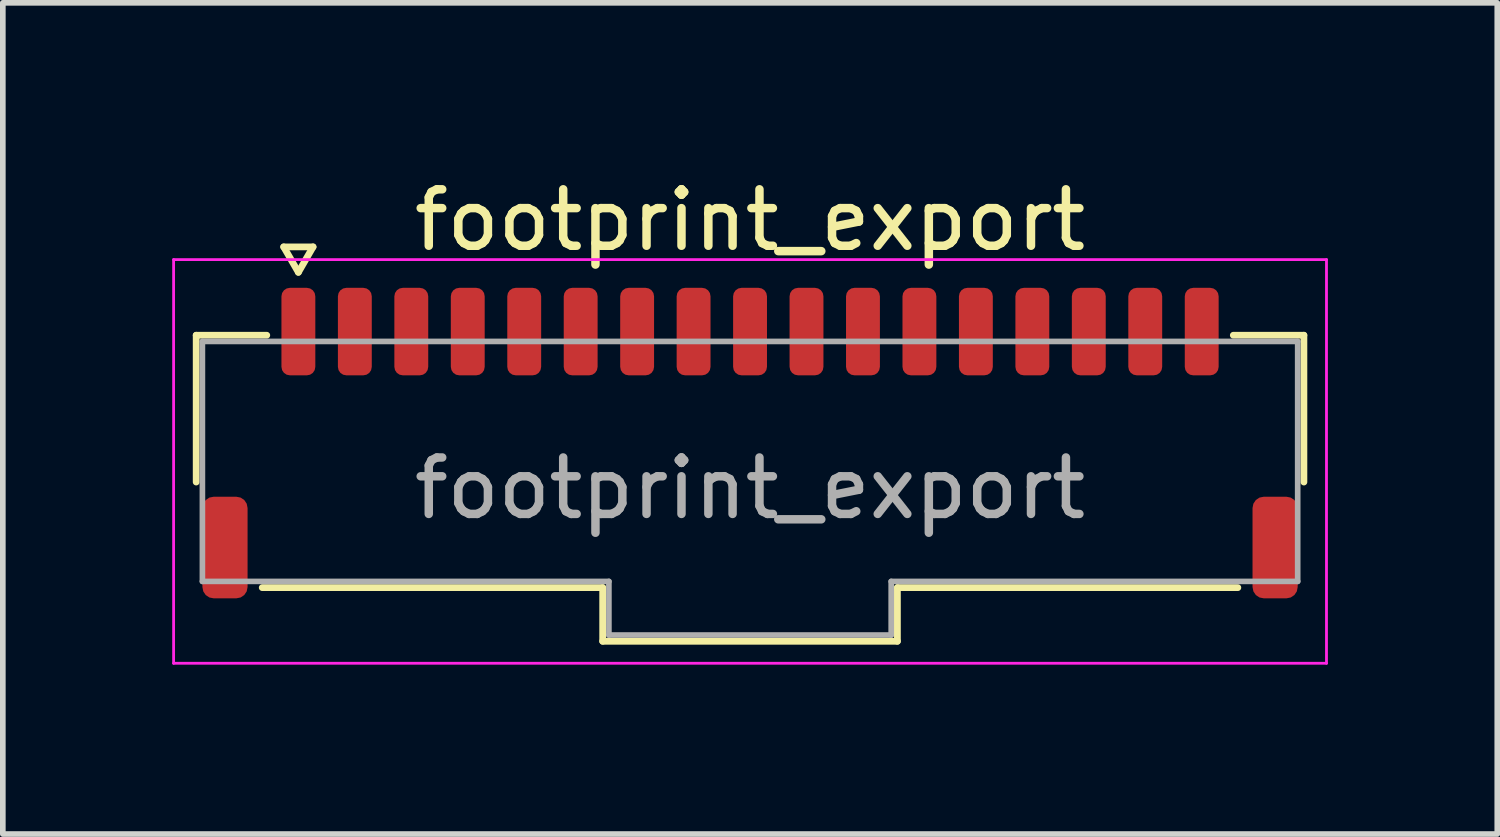
<source format=kicad_pcb>
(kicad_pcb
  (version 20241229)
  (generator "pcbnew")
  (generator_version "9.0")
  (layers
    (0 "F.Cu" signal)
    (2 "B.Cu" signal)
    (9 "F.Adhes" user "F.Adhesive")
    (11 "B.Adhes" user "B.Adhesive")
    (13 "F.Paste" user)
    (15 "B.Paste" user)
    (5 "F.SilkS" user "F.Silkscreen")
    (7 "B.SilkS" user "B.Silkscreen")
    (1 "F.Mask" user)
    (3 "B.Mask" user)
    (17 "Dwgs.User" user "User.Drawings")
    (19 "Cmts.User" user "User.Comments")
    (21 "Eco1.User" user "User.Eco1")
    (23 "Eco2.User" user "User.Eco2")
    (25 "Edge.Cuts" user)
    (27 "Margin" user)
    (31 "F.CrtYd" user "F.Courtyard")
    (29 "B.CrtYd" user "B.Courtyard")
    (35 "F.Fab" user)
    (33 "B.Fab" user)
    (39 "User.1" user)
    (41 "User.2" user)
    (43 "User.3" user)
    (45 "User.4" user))
  (footprint "footprint_export"
    (layer "F.Cu")
    (at 10.235 5.598)
    (property "Reference" "footprint_export" (at 0 -4.75 0) (layer "F.SilkS") (effects (font (size 1 1) (thickness 0.15))))
    (attr smd)
    (fp_line (start -9.81 -2.71) (end -8.56 -2.71) (stroke (width 0.12) (type solid)) (layer "F.SilkS"))
    (fp_line (start -9.81 -0.11) (end -9.81 -2.71) (stroke (width 0.12) (type solid)) (layer "F.SilkS"))
    (fp_line (start -8.26 -4.275) (end -8 -3.825) (stroke (width 0.12) (type solid)) (layer "F.SilkS"))
    (fp_line (start -8 -3.825) (end -7.74 -4.275) (stroke (width 0.12) (type solid)) (layer "F.SilkS"))
    (fp_line (start -7.74 -4.275) (end -8.26 -4.275) (stroke (width 0.12) (type solid)) (layer "F.SilkS"))
    (fp_line (start -2.61 1.76) (end -8.64 1.76) (stroke (width 0.12) (type solid)) (layer "F.SilkS"))
    (fp_line (start -2.61 2.71) (end -2.61 1.76) (stroke (width 0.12) (type solid)) (layer "F.SilkS"))
    (fp_line (start 2.61 1.76) (end 2.61 2.71) (stroke (width 0.12) (type solid)) (layer "F.SilkS"))
    (fp_line (start 2.61 2.71) (end -2.61 2.71) (stroke (width 0.12) (type solid)) (layer "F.SilkS"))
    (fp_line (start 8.56 -2.71) (end 9.81 -2.71) (stroke (width 0.12) (type solid)) (layer "F.SilkS"))
    (fp_line (start 8.64 1.76) (end 2.61 1.76) (stroke (width 0.12) (type solid)) (layer "F.SilkS"))
    (fp_line (start 9.81 -2.71) (end 9.81 -0.11) (stroke (width 0.12) (type solid)) (layer "F.SilkS"))
    (fp_line (start -10.21 -4.05) (end -10.21 3.1) (stroke (width 0.05) (type solid)) (layer "F.CrtYd"))
    (fp_line (start -10.21 3.1) (end 10.21 3.1) (stroke (width 0.05) (type solid)) (layer "F.CrtYd"))
    (fp_line (start 10.21 -4.05) (end -10.21 -4.05) (stroke (width 0.05) (type solid)) (layer "F.CrtYd"))
    (fp_line (start 10.21 3.1) (end 10.21 -4.05) (stroke (width 0.05) (type solid)) (layer "F.CrtYd"))
    (fp_line (start -9.7 -2.6) (end 9.7 -2.6) (stroke (width 0.1) (type solid)) (layer "F.Fab"))
    (fp_line (start -9.7 1.65) (end -9.7 -2.6) (stroke (width 0.1) (type solid)) (layer "F.Fab"))
    (fp_line (start -2.5 1.65) (end -9.7 1.65) (stroke (width 0.1) (type solid)) (layer "F.Fab"))
    (fp_line (start -2.5 2.6) (end -2.5 1.65) (stroke (width 0.1) (type solid)) (layer "F.Fab"))
    (fp_line (start 2.5 1.65) (end 2.5 2.6) (stroke (width 0.1) (type solid)) (layer "F.Fab"))
    (fp_line (start 2.5 2.6) (end -2.5 2.6) (stroke (width 0.1) (type solid)) (layer "F.Fab"))
    (fp_line (start 9.7 -2.6) (end 9.7 1.65) (stroke (width 0.1) (type solid)) (layer "F.Fab"))
    (fp_line (start 9.7 1.65) (end 2.5 1.65) (stroke (width 0.1) (type solid)) (layer "F.Fab"))
    (fp_text user "${REFERENCE}" (at 0 0 0) (layer "F.Fab") (effects (font (size 1 1) (thickness 0.15))))
    (pad "1" smd roundrect (at -8 -2.775) (size 0.6 1.55) (layers "F.Cu" "F.Mask" "F.Paste") (roundrect_rratio 0.25))
    (pad "2" smd roundrect (at -7 -2.775) (size 0.6 1.55) (layers "F.Cu" "F.Mask" "F.Paste") (roundrect_rratio 0.25))
    (pad "3" smd roundrect (at -6 -2.775) (size 0.6 1.55) (layers "F.Cu" "F.Mask" "F.Paste") (roundrect_rratio 0.25))
    (pad "4" smd roundrect (at -5 -2.775) (size 0.6 1.55) (layers "F.Cu" "F.Mask" "F.Paste") (roundrect_rratio 0.25))
    (pad "5" smd roundrect (at -4 -2.775) (size 0.6 1.55) (layers "F.Cu" "F.Mask" "F.Paste") (roundrect_rratio 0.25))
    (pad "6" smd roundrect (at -3 -2.775) (size 0.6 1.55) (layers "F.Cu" "F.Mask" "F.Paste") (roundrect_rratio 0.25))
    (pad "7" smd roundrect (at -2 -2.775) (size 0.6 1.55) (layers "F.Cu" "F.Mask" "F.Paste") (roundrect_rratio 0.25))
    (pad "8" smd roundrect (at -1 -2.775) (size 0.6 1.55) (layers "F.Cu" "F.Mask" "F.Paste") (roundrect_rratio 0.25))
    (pad "9" smd roundrect (at 0 -2.775) (size 0.6 1.55) (layers "F.Cu" "F.Mask" "F.Paste") (roundrect_rratio 0.25))
    (pad "10" smd roundrect (at 1 -2.775) (size 0.6 1.55) (layers "F.Cu" "F.Mask" "F.Paste") (roundrect_rratio 0.25))
    (pad "11" smd roundrect (at 2 -2.775) (size 0.6 1.55) (layers "F.Cu" "F.Mask" "F.Paste") (roundrect_rratio 0.25))
    (pad "12" smd roundrect (at 3 -2.775) (size 0.6 1.55) (layers "F.Cu" "F.Mask" "F.Paste") (roundrect_rratio 0.25))
    (pad "13" smd roundrect (at 4 -2.775) (size 0.6 1.55) (layers "F.Cu" "F.Mask" "F.Paste") (roundrect_rratio 0.25))
    (pad "14" smd roundrect (at 5 -2.775) (size 0.6 1.55) (layers "F.Cu" "F.Mask" "F.Paste") (roundrect_rratio 0.25))
    (pad "15" smd roundrect (at 6 -2.775) (size 0.6 1.55) (layers "F.Cu" "F.Mask" "F.Paste") (roundrect_rratio 0.25))
    (pad "16" smd roundrect (at 7 -2.775) (size 0.6 1.55) (layers "F.Cu" "F.Mask" "F.Paste") (roundrect_rratio 0.25))
    (pad "17" smd roundrect (at 8 -2.775) (size 0.6 1.55) (layers "F.Cu" "F.Mask" "F.Paste") (roundrect_rratio 0.25))
    (pad "MP" smd roundrect (at -9.3 1.05) (size 0.8 1.8) (layers "F.Cu" "F.Mask" "F.Paste") (roundrect_rratio 0.25))
    (pad "MP" smd roundrect (at 9.3 1.05) (size 0.8 1.8) (layers "F.Cu" "F.Mask" "F.Paste") (roundrect_rratio 0.25)))
  (gr_rect
    (start -3 -3)
    (end 23.47 11.723)
    (stroke (width 0.1) (type default))
    (fill no)
    (layer "Edge.Cuts")))
</source>
